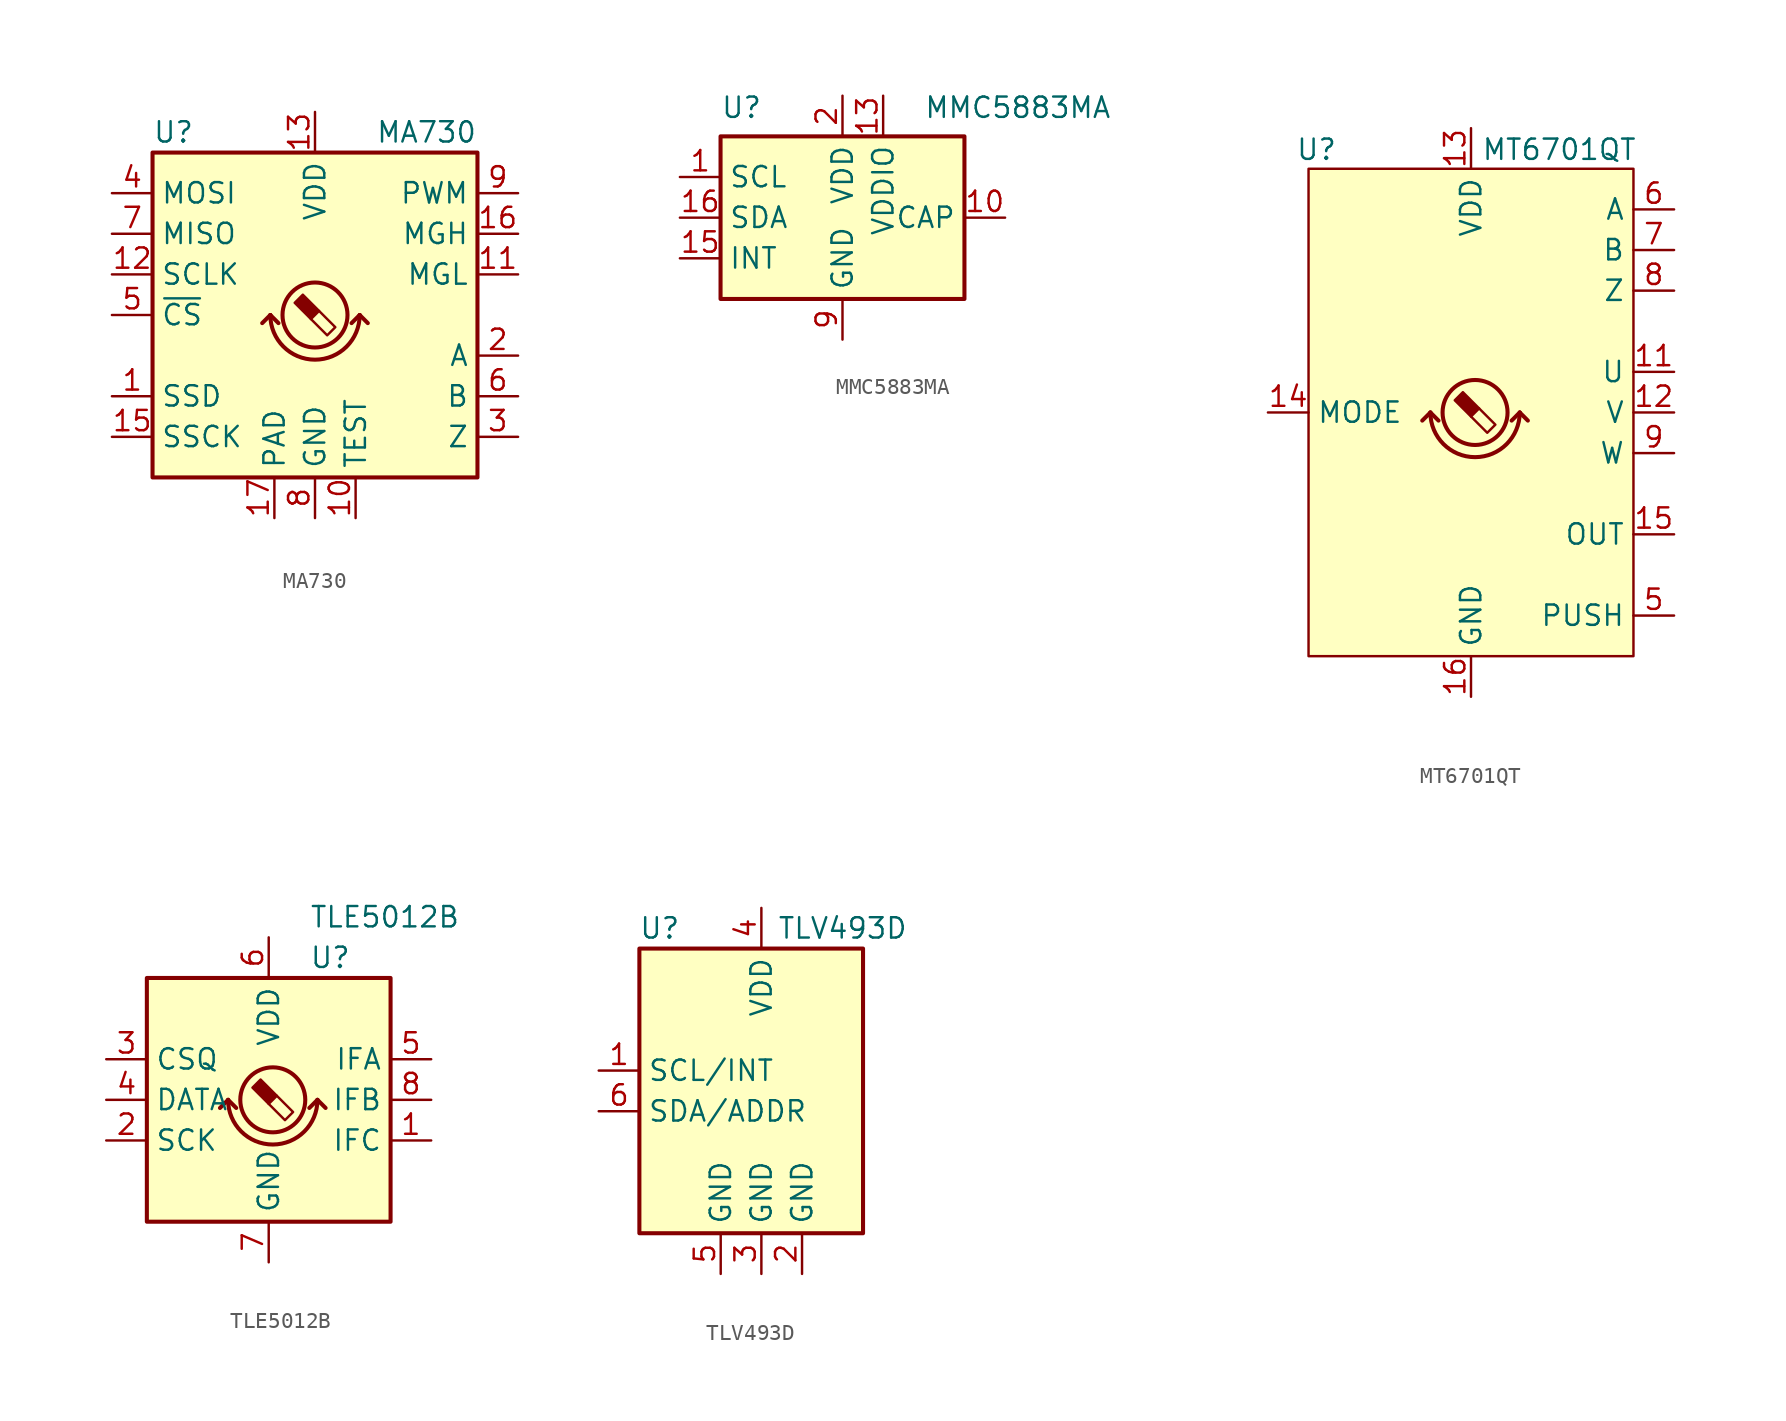
<source format=kicad_sym>
(kicad_symbol_lib
  (version 20241209)
  (generator "kicad_symbol_editor")
  (generator_version "9.0")
  (symbol "MA730"
    (property "Reference" "U"
      (at -10.16 11.43 0)
      (effects (font (size 1.27 1.27)) (justify left)))
    (property "Value" "MA730"
      (at 10.16 11.43 0)
      (effects (font (size 1.27 1.27)) (justify right)))
    (symbol "MA730_0_1"
      (rectangle (start -10.16 10.16) (end 10.16 -10.16) (stroke (width 0.254) (type default)) (fill (type background)))
      (polyline (pts (xy -2.794 0) (xy -3.302 -0.508)) (stroke (width 0.254) (type default)) (fill (type none)))
      (polyline (pts (xy -2.794 0) (xy -2.286 -0.508)) (stroke (width 0.254) (type default)) (fill (type none)))
      (arc (start 2.794 0) (mid 0 -2.7819) (end -2.794 0) (stroke (width 0.254) (type default)) (fill (type none)))
      (polyline (pts (xy 2.794 0) (xy 2.286 -0.508)) (stroke (width 0.254) (type default)) (fill (type none)))
      (polyline (pts (xy 2.794 0) (xy 3.302 -0.508)) (stroke (width 0.254) (type default)) (fill (type none))))
    (symbol "MA730_1_1"
      (polyline (pts (xy -0.762 1.27) (xy 0.254 0.254) (xy -0.254 -0.254) (xy -1.27 0.762) (xy -1.016 1.016) (xy -0.762 1.27) (xy -0.635 1.143)) (stroke (width 0) (type default)) (fill (type outline)))
      (circle (center 0 0) (radius 2.032) (stroke (width 0.254) (type default)) (fill (type none)))
      (polyline (pts (xy 0.254 0.254) (xy 1.27 -0.762) (xy 0.762 -1.27) (xy -0.254 -0.254)) (stroke (width 0) (type default)) (fill (type none)))
      (pin input line (at -12.7 7.62 0) (length 2.54) (name "MOSI" (effects (font (size 1.27 1.27)))) (number "4" (effects (font (size 1.27 1.27)))))
      (pin output line (at -12.7 5.08 0) (length 2.54) (name "MISO" (effects (font (size 1.27 1.27)))) (number "7" (effects (font (size 1.27 1.27)))))
      (pin input line (at -12.7 2.54 0) (length 2.54) (name "SCLK" (effects (font (size 1.27 1.27)))) (number "12" (effects (font (size 1.27 1.27)))))
      (pin input line (at -12.7 0 0) (length 2.54) (name "~{CS}" (effects (font (size 1.27 1.27)))) (number "5" (effects (font (size 1.27 1.27)))))
      (pin output line (at -12.7 -5.08 0) (length 2.54) (name "SSD" (effects (font (size 1.27 1.27)))) (number "1" (effects (font (size 1.27 1.27)))))
      (pin input line (at -12.7 -7.62 0) (length 2.54) (name "SSCK" (effects (font (size 1.27 1.27)))) (number "15" (effects (font (size 1.27 1.27)))))
      (pin input line (at -2.54 -12.7 90) (length 2.54) (name "PAD" (effects (font (size 1.27 1.27)))) (number "17" (effects (font (size 1.27 1.27)))))
      (pin power_in line (at 0 12.7 270) (length 2.54) (name "VDD" (effects (font (size 1.27 1.27)))) (number "13" (effects (font (size 1.27 1.27)))))
      (pin power_in line (at 0 -12.7 90) (length 2.54) (name "GND" (effects (font (size 1.27 1.27)))) (number "8" (effects (font (size 1.27 1.27)))))
      (pin passive line (at 2.54 -12.7 90) (length 2.54) (name "TEST" (effects (font (size 1.27 1.27)))) (number "10" (effects (font (size 1.27 1.27)))))
      (pin no_connect line (at 5.08 -10.16 90) (length 2.54) (hide yes) (name "NC" (effects (font (size 1.27 1.27)))) (number "14" (effects (font (size 1.27 1.27)))))
      (pin output line (at 12.7 7.62 180) (length 2.54) (name "PWM" (effects (font (size 1.27 1.27)))) (number "9" (effects (font (size 1.27 1.27)))))
      (pin output line (at 12.7 5.08 180) (length 2.54) (name "MGH" (effects (font (size 1.27 1.27)))) (number "16" (effects (font (size 1.27 1.27)))))
      (pin output line (at 12.7 2.54 180) (length 2.54) (name "MGL" (effects (font (size 1.27 1.27)))) (number "11" (effects (font (size 1.27 1.27)))))
      (pin output line (at 12.7 -2.54 180) (length 2.54) (name "A" (effects (font (size 1.27 1.27)))) (number "2" (effects (font (size 1.27 1.27)))))
      (pin output line (at 12.7 -5.08 180) (length 2.54) (name "B" (effects (font (size 1.27 1.27)))) (number "6" (effects (font (size 1.27 1.27)))))
      (pin output line (at 12.7 -7.62 180) (length 2.54) (name "Z" (effects (font (size 1.27 1.27)))) (number "3" (effects (font (size 1.27 1.27)))))))
  (symbol "MMC5883MA"
    (property "Reference" "U"
      (at -7.62 7.62 0)
      (effects (font (size 1.27 1.27)) (justify left top)))
    (property "Value" "MMC5883MA"
      (at 5.08 7.62 0)
      (effects (font (size 1.27 1.27)) (justify left top)))
    (symbol "MMC5883MA_0_1"
      (rectangle (start -7.62 -5.08) (end 7.62 5.08) (stroke (width 0.254) (type default)) (fill (type background))))
    (symbol "MMC5883MA_1_1"
      (pin input line (at -10.16 2.54 0) (length 2.54) (name "SCL" (effects (font (size 1.27 1.27)))) (number "1" (effects (font (size 1.27 1.27)))))
      (pin bidirectional line (at -10.16 0 0) (length 2.54) (name "SDA" (effects (font (size 1.27 1.27)))) (number "16" (effects (font (size 1.27 1.27)))))
      (pin output line (at -10.16 -2.54 0) (length 2.54) (name "INT" (effects (font (size 1.27 1.27)))) (number "15" (effects (font (size 1.27 1.27)))))
      (pin no_connect line (at -5.08 -5.08 90) (length 2.54) (hide yes) (name "NC" (effects (font (size 1.27 1.27)))) (number "7" (effects (font (size 1.27 1.27)))))
      (pin no_connect line (at -2.54 -5.08 90) (length 2.54) (hide yes) (name "NC" (effects (font (size 1.27 1.27)))) (number "14" (effects (font (size 1.27 1.27)))))
      (pin power_in line (at 0 7.62 270) (length 2.54) (name "VDD" (effects (font (size 1.27 1.27)))) (number "2" (effects (font (size 1.27 1.27)))))
      (pin passive line (at 0 -7.62 90) (length 2.54) (hide yes) (name "GND" (effects (font (size 1.27 1.27)))) (number "11" (effects (font (size 1.27 1.27)))))
      (pin power_in line (at 0 -7.62 90) (length 2.54) (name "GND" (effects (font (size 1.27 1.27)))) (number "9" (effects (font (size 1.27 1.27)))))
      (pin power_in line (at 2.54 7.62 270) (length 2.54) (name "VDDIO" (effects (font (size 1.27 1.27)))) (number "13" (effects (font (size 1.27 1.27)))))
      (pin no_connect line (at 2.54 -5.08 90) (length 2.54) (hide yes) (name "NC" (effects (font (size 1.27 1.27)))) (number "8" (effects (font (size 1.27 1.27)))))
      (pin no_connect line (at 5.08 -5.08 90) (length 2.54) (hide yes) (name "NC" (effects (font (size 1.27 1.27)))) (number "12" (effects (font (size 1.27 1.27)))))
      (pin no_connect line (at 7.62 5.08 180) (length 2.54) (hide yes) (name "NC" (effects (font (size 1.27 1.27)))) (number "5" (effects (font (size 1.27 1.27)))))
      (pin no_connect line (at 7.62 2.54 180) (length 2.54) (hide yes) (name "NC" (effects (font (size 1.27 1.27)))) (number "4" (effects (font (size 1.27 1.27)))))
      (pin no_connect line (at 7.62 -2.54 180) (length 2.54) (hide yes) (name "NC" (effects (font (size 1.27 1.27)))) (number "6" (effects (font (size 1.27 1.27)))))
      (pin no_connect line (at 7.62 -5.08 180) (length 2.54) (hide yes) (name "NC" (effects (font (size 1.27 1.27)))) (number "3" (effects (font (size 1.27 1.27)))))
      (pin passive line (at 10.16 0 180) (length 2.54) (name "CAP" (effects (font (size 1.27 1.27)))) (number "10" (effects (font (size 1.27 1.27)))))))
  (symbol "MT6701QT"
    (property "Reference" "U"
      (at -9.663 16.44 0)
      (effects (font (size 1.27 1.27))))
    (property "Value" "MT6701QT"
      (at 5.516 16.44 0)
      (effects (font (size 1.27 1.27))))
    (symbol "MT6701QT_0_1"
      (polyline (pts (xy -2.54 0) (xy -3.048 -0.508)) (stroke (width 0.254) (type default)) (fill (type none)))
      (polyline (pts (xy -2.54 0) (xy -2.032 -0.508)) (stroke (width 0.254) (type default)) (fill (type none)))
      (arc (start 3.048 0) (mid 0.254 -2.7819) (end -2.54 0) (stroke (width 0.254) (type default)) (fill (type none)))
      (polyline (pts (xy 3.048 0) (xy 2.54 -0.508)) (stroke (width 0.254) (type default)) (fill (type none)))
      (polyline (pts (xy 3.048 0) (xy 3.556 -0.508)) (stroke (width 0.254) (type default)) (fill (type none))))
    (symbol "MT6701QT_1_1"
      (rectangle (start -10.16 15.24) (end 10.16 -15.24) (stroke (width 0) (type default)) (fill (type background)))
      (polyline (pts (xy -0.508 1.27) (xy 0.508 0.254) (xy 0 -0.254) (xy -1.016 0.762) (xy -0.762 1.016) (xy -0.508 1.27) (xy -0.381 1.143)) (stroke (width 0) (type default)) (fill (type outline)))
      (circle (center 0.254 0) (radius 2.032) (stroke (width 0.254) (type default)) (fill (type none)))
      (polyline (pts (xy 0.508 0.254) (xy 1.524 -0.762) (xy 1.016 -1.27) (xy 0 -0.254)) (stroke (width 0) (type default)) (fill (type none)))
      (pin input line (at -12.7 0 0) (length 2.54) (name "MODE" (effects (font (size 1.27 1.27)))) (number "14" (effects (font (size 1.27 1.27)))))
      (pin no_connect line (at -10.16 12.7 0) (length 2.54) (hide yes) (name "NC" (effects (font (size 1.27 1.27)))) (number "1" (effects (font (size 1.27 1.27)))))
      (pin no_connect line (at -10.16 10.16 0) (length 2.54) (hide yes) (name "NC" (effects (font (size 1.27 1.27)))) (number "2" (effects (font (size 1.27 1.27)))))
      (pin no_connect line (at -10.16 7.62 0) (length 2.54) (hide yes) (name "NC" (effects (font (size 1.27 1.27)))) (number "3" (effects (font (size 1.27 1.27)))))
      (pin no_connect line (at -10.16 5.08 0) (length 2.54) (hide yes) (name "NC" (effects (font (size 1.27 1.27)))) (number "4" (effects (font (size 1.27 1.27)))))
      (pin no_connect line (at -10.16 2.54 0) (length 2.54) (hide yes) (name "NC" (effects (font (size 1.27 1.27)))) (number "10" (effects (font (size 1.27 1.27)))))
      (pin power_in line (at 0 17.78 270) (length 2.54) (name "VDD" (effects (font (size 1.27 1.27)))) (number "13" (effects (font (size 1.27 1.27)))))
      (pin power_in line (at 0 -17.78 90) (length 2.54) (name "GND" (effects (font (size 1.27 1.27)))) (number "16" (effects (font (size 1.27 1.27)))))
      (pin passive line (at 0 -17.78 90) (length 2.54) (hide yes) (name "GND" (effects (font (size 1.27 1.27)))) (number "17" (effects (font (size 1.27 1.27)))))
      (pin output line (at 12.7 12.7 180) (length 2.54) (name "A" (effects (font (size 1.27 1.27)))) (number "6" (effects (font (size 1.27 1.27)))) (alternate "DO" output line) (alternate "SDA" bidirectional line))
      (pin output line (at 12.7 10.16 180) (length 2.54) (name "B" (effects (font (size 1.27 1.27)))) (number "7" (effects (font (size 1.27 1.27)))) (alternate "CLK" input line) (alternate "SCL" input line))
      (pin output line (at 12.7 7.62 180) (length 2.54) (name "Z" (effects (font (size 1.27 1.27)))) (number "8" (effects (font (size 1.27 1.27)))) (alternate "~{CS}" input line))
      (pin output line (at 12.7 2.54 180) (length 2.54) (name "U" (effects (font (size 1.27 1.27)))) (number "11" (effects (font (size 1.27 1.27)))) (alternate "-A" output line))
      (pin output line (at 12.7 0 180) (length 2.54) (name "V" (effects (font (size 1.27 1.27)))) (number "12" (effects (font (size 1.27 1.27)))) (alternate "-B" output line))
      (pin output line (at 12.7 -2.54 180) (length 2.54) (name "W" (effects (font (size 1.27 1.27)))) (number "9" (effects (font (size 1.27 1.27)))) (alternate "-Z" output line))
      (pin output line (at 12.7 -7.62 180) (length 2.54) (name "OUT" (effects (font (size 1.27 1.27)))) (number "15" (effects (font (size 1.27 1.27)))))
      (pin output line (at 12.7 -12.7 180) (length 2.54) (name "PUSH" (effects (font (size 1.27 1.27)))) (number "5" (effects (font (size 1.27 1.27)))))))
  (symbol "TLE5012B"
    (property "Reference" "U"
      (at 2.54 8.89 0)
      (effects (font (size 1.27 1.27)) (justify left)))
    (property "Value" "TLE5012B"
      (at 2.54 11.43 0)
      (effects (font (size 1.27 1.27)) (justify left)))
    (symbol "TLE5012B_0_1"
      (polyline (pts (xy -2.54 0) (xy -3.048 -0.508)) (stroke (width 0.254) (type default)) (fill (type none)))
      (polyline (pts (xy -2.54 0) (xy -2.032 -0.508)) (stroke (width 0.254) (type default)) (fill (type none)))
      (arc (start 3.048 0) (mid 0.254 -2.7819) (end -2.54 0) (stroke (width 0.254) (type default)) (fill (type none)))
      (polyline (pts (xy 3.048 0) (xy 2.54 -0.508)) (stroke (width 0.254) (type default)) (fill (type none)))
      (polyline (pts (xy 3.048 0) (xy 3.556 -0.508)) (stroke (width 0.254) (type default)) (fill (type none))))
    (symbol "TLE5012B_1_1"
      (rectangle (start -7.62 7.62) (end 7.62 -7.62) (stroke (width 0.254) (type default)) (fill (type background)))
      (polyline (pts (xy -0.508 1.27) (xy 0.508 0.254) (xy 0 -0.254) (xy -1.016 0.762) (xy -0.762 1.016) (xy -0.508 1.27) (xy -0.381 1.143)) (stroke (width 0) (type default)) (fill (type outline)))
      (circle (center 0.254 0) (radius 2.032) (stroke (width 0.254) (type default)) (fill (type none)))
      (polyline (pts (xy 0.508 0.254) (xy 1.524 -0.762) (xy 1.016 -1.27) (xy 0 -0.254)) (stroke (width 0) (type default)) (fill (type none)))
      (pin input line (at -10.16 2.54 0) (length 2.54) (name "CSQ" (effects (font (size 1.27 1.27)))) (number "3" (effects (font (size 1.27 1.27)))))
      (pin bidirectional line (at -10.16 0 0) (length 2.54) (name "DATA" (effects (font (size 1.27 1.27)))) (number "4" (effects (font (size 1.27 1.27)))))
      (pin input line (at -10.16 -2.54 0) (length 2.54) (name "SCK" (effects (font (size 1.27 1.27)))) (number "2" (effects (font (size 1.27 1.27)))))
      (pin power_in line (at 0 10.16 270) (length 2.54) (name "VDD" (effects (font (size 1.27 1.27)))) (number "6" (effects (font (size 1.27 1.27)))))
      (pin power_in line (at 0 -10.16 90) (length 2.54) (name "GND" (effects (font (size 1.27 1.27)))) (number "7" (effects (font (size 1.27 1.27)))))
      (pin bidirectional line (at 10.16 2.54 180) (length 2.54) (name "IFA" (effects (font (size 1.27 1.27)))) (number "5" (effects (font (size 1.27 1.27)))) (alternate "HS1" output line) (alternate "IIF_A" output line) (alternate "PWM" output line) (alternate "SPC" open_collector line))
      (pin output line (at 10.16 0 180) (length 2.54) (name "IFB" (effects (font (size 1.27 1.27)))) (number "8" (effects (font (size 1.27 1.27)))) (alternate "HS2" output line) (alternate "IIF_B" output line))
      (pin bidirectional line (at 10.16 -2.54 180) (length 2.54) (name "IFC" (effects (font (size 1.27 1.27)))) (number "1" (effects (font (size 1.27 1.27)))) (alternate "CLK" input line) (alternate "HS3" output line) (alternate "IIF_IDX" output line))))
  (symbol "TLV493D"
    (property "Reference" "U"
      (at -6.35 11.43 0)
      (effects (font (size 1.27 1.27))))
    (property "Value" "TLV493D"
      (at 5.08 11.43 0)
      (effects (font (size 1.27 1.27))))
    (symbol "TLV493D_0_1"
      (rectangle (start -7.62 10.16) (end 6.35 -7.62) (stroke (width 0.254) (type default)) (fill (type background))))
    (symbol "TLV493D_1_1"
      (pin bidirectional line (at -10.16 2.54 0) (length 2.54) (name "SCL/INT" (effects (font (size 1.27 1.27)))) (number "1" (effects (font (size 1.27 1.27)))))
      (pin bidirectional line (at -10.16 0 0) (length 2.54) (name "SDA/ADDR" (effects (font (size 1.27 1.27)))) (number "6" (effects (font (size 1.27 1.27)))))
      (pin power_in line (at -2.54 -10.16 90) (length 2.54) (name "GND" (effects (font (size 1.27 1.27)))) (number "5" (effects (font (size 1.27 1.27)))))
      (pin power_in line (at 0 12.7 270) (length 2.54) (name "VDD" (effects (font (size 1.27 1.27)))) (number "4" (effects (font (size 1.27 1.27)))))
      (pin power_in line (at 0 -10.16 90) (length 2.54) (name "GND" (effects (font (size 1.27 1.27)))) (number "3" (effects (font (size 1.27 1.27)))))
      (pin power_in line (at 2.54 -10.16 90) (length 2.54) (name "GND" (effects (font (size 1.27 1.27)))) (number "2" (effects (font (size 1.27 1.27))))))))
</source>
